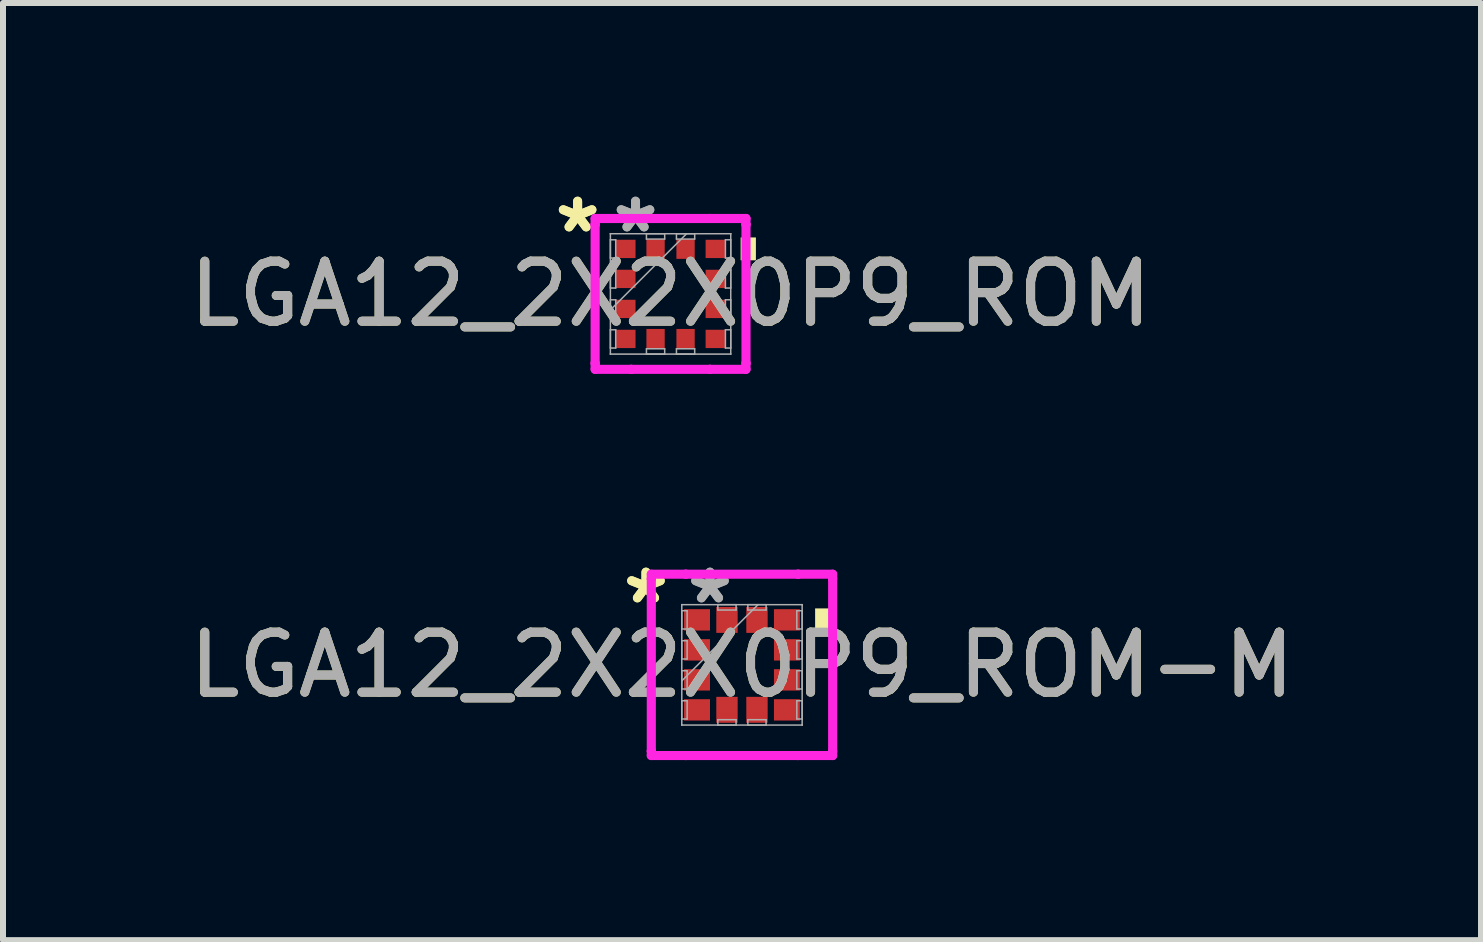
<source format=kicad_pcb>
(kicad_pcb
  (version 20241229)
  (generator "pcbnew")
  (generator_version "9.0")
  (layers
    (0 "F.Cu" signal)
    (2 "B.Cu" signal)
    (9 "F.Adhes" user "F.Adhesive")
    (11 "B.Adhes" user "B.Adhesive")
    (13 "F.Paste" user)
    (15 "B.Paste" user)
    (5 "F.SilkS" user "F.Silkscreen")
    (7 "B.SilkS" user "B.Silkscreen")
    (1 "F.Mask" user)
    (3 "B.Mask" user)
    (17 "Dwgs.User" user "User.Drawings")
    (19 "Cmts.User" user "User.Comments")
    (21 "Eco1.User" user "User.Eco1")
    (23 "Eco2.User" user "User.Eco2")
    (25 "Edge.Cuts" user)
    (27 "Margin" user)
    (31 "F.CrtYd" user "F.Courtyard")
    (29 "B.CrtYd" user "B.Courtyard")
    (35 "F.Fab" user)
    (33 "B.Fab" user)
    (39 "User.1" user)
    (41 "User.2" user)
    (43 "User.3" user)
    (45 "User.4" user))
  (footprint "LGA12_2X2X0P9_ROM"
    (layer "F.Cu")
    (at 8.125 1.848)
    (property "Reference" "LGA12_2X2X0P9_ROM" (at 0 0 0) (unlocked yes) (layer "F.SilkS") (effects (font (size 1 1) (thickness 0.15))))
    (attr smd)
    (fp_poly (pts (xy 1.422 -0.941) (xy 1.422 -0.56) (xy 1.168 -0.56) (xy 1.168 -0.941)) (stroke (width 0) (type solid)) (fill yes) (layer "F.SilkS"))
    (fp_line (start -1.257 -1.257) (end -0.656 -1.257) (stroke (width 0.152) (type solid)) (layer "F.CrtYd"))
    (fp_line (start -1.257 -1.156) (end -1.257 -1.257) (stroke (width 0.152) (type solid)) (layer "F.CrtYd"))
    (fp_line (start -1.257 -1.156) (end -1.257 -1.156) (stroke (width 0.152) (type solid)) (layer "F.CrtYd"))
    (fp_line (start -1.257 1.156) (end -1.257 -1.156) (stroke (width 0.152) (type solid)) (layer "F.CrtYd"))
    (fp_line (start -1.257 1.156) (end -1.257 1.156) (stroke (width 0.152) (type solid)) (layer "F.CrtYd"))
    (fp_line (start -1.257 1.257) (end -1.257 1.156) (stroke (width 0.152) (type solid)) (layer "F.CrtYd"))
    (fp_line (start -0.656 -1.257) (end -0.656 -1.257) (stroke (width 0.152) (type solid)) (layer "F.CrtYd"))
    (fp_line (start -0.656 -1.257) (end 0.656 -1.257) (stroke (width 0.152) (type solid)) (layer "F.CrtYd"))
    (fp_line (start -0.656 1.257) (end -1.257 1.257) (stroke (width 0.152) (type solid)) (layer "F.CrtYd"))
    (fp_line (start -0.656 1.257) (end -0.656 1.257) (stroke (width 0.152) (type solid)) (layer "F.CrtYd"))
    (fp_line (start 0.656 -1.257) (end 0.656 -1.257) (stroke (width 0.152) (type solid)) (layer "F.CrtYd"))
    (fp_line (start 0.656 -1.257) (end 1.257 -1.257) (stroke (width 0.152) (type solid)) (layer "F.CrtYd"))
    (fp_line (start 0.656 1.257) (end -0.656 1.257) (stroke (width 0.152) (type solid)) (layer "F.CrtYd"))
    (fp_line (start 0.656 1.257) (end 0.656 1.257) (stroke (width 0.152) (type solid)) (layer "F.CrtYd"))
    (fp_line (start 1.257 -1.257) (end 1.257 -1.156) (stroke (width 0.152) (type solid)) (layer "F.CrtYd"))
    (fp_line (start 1.257 -1.156) (end 1.257 -1.156) (stroke (width 0.152) (type solid)) (layer "F.CrtYd"))
    (fp_line (start 1.257 -1.156) (end 1.257 1.156) (stroke (width 0.152) (type solid)) (layer "F.CrtYd"))
    (fp_line (start 1.257 1.156) (end 1.257 1.156) (stroke (width 0.152) (type solid)) (layer "F.CrtYd"))
    (fp_line (start 1.257 1.156) (end 1.257 1.257) (stroke (width 0.152) (type solid)) (layer "F.CrtYd"))
    (fp_line (start 1.257 1.257) (end 0.656 1.257) (stroke (width 0.152) (type solid)) (layer "F.CrtYd"))
    (fp_line (start -1.003 -1.003) (end -1.003 -1.003) (stroke (width 0.025) (type solid)) (layer "F.Fab"))
    (fp_line (start -1.003 -1.003) (end -1.003 1.003) (stroke (width 0.025) (type solid)) (layer "F.Fab"))
    (fp_line (start -1.003 -0.902) (end -0.914 -0.902) (stroke (width 0.025) (type solid)) (layer "F.Fab"))
    (fp_line (start -1.003 -0.598) (end -1.003 -0.902) (stroke (width 0.025) (type solid)) (layer "F.Fab"))
    (fp_line (start -1.003 -0.402) (end -0.914 -0.402) (stroke (width 0.025) (type solid)) (layer "F.Fab"))
    (fp_line (start -1.003 -0.098) (end -1.003 -0.402) (stroke (width 0.025) (type solid)) (layer "F.Fab"))
    (fp_line (start -1.003 0.098) (end -0.914 0.098) (stroke (width 0.025) (type solid)) (layer "F.Fab"))
    (fp_line (start -1.003 0.267) (end 0.267 -1.003) (stroke (width 0.025) (type solid)) (layer "F.Fab"))
    (fp_line (start -1.003 0.402) (end -1.003 0.098) (stroke (width 0.025) (type solid)) (layer "F.Fab"))
    (fp_line (start -1.003 0.598) (end -0.914 0.598) (stroke (width 0.025) (type solid)) (layer "F.Fab"))
    (fp_line (start -1.003 0.902) (end -1.003 0.598) (stroke (width 0.025) (type solid)) (layer "F.Fab"))
    (fp_line (start -1.003 1.003) (end -1.003 1.003) (stroke (width 0.025) (type solid)) (layer "F.Fab"))
    (fp_line (start -1.003 1.003) (end 1.003 1.003) (stroke (width 0.025) (type solid)) (layer "F.Fab"))
    (fp_line (start -0.914 -0.902) (end -0.914 -0.598) (stroke (width 0.025) (type solid)) (layer "F.Fab"))
    (fp_line (start -0.914 -0.598) (end -1.003 -0.598) (stroke (width 0.025) (type solid)) (layer "F.Fab"))
    (fp_line (start -0.914 -0.402) (end -0.914 -0.098) (stroke (width 0.025) (type solid)) (layer "F.Fab"))
    (fp_line (start -0.914 -0.098) (end -1.003 -0.098) (stroke (width 0.025) (type solid)) (layer "F.Fab"))
    (fp_line (start -0.914 0.098) (end -0.914 0.402) (stroke (width 0.025) (type solid)) (layer "F.Fab"))
    (fp_line (start -0.914 0.402) (end -1.003 0.402) (stroke (width 0.025) (type solid)) (layer "F.Fab"))
    (fp_line (start -0.914 0.598) (end -0.914 0.902) (stroke (width 0.025) (type solid)) (layer "F.Fab"))
    (fp_line (start -0.914 0.902) (end -1.003 0.902) (stroke (width 0.025) (type solid)) (layer "F.Fab"))
    (fp_line (start -0.402 -1.003) (end -0.098 -1.003) (stroke (width 0.025) (type solid)) (layer "F.Fab"))
    (fp_line (start -0.402 -0.914) (end -0.402 -1.003) (stroke (width 0.025) (type solid)) (layer "F.Fab"))
    (fp_line (start -0.402 0.914) (end -0.098 0.914) (stroke (width 0.025) (type solid)) (layer "F.Fab"))
    (fp_line (start -0.402 1.003) (end -0.402 0.914) (stroke (width 0.025) (type solid)) (layer "F.Fab"))
    (fp_line (start -0.098 -1.003) (end -0.098 -0.914) (stroke (width 0.025) (type solid)) (layer "F.Fab"))
    (fp_line (start -0.098 -0.914) (end -0.402 -0.914) (stroke (width 0.025) (type solid)) (layer "F.Fab"))
    (fp_line (start -0.098 0.914) (end -0.098 1.003) (stroke (width 0.025) (type solid)) (layer "F.Fab"))
    (fp_line (start -0.098 1.003) (end -0.402 1.003) (stroke (width 0.025) (type solid)) (layer "F.Fab"))
    (fp_line (start 0.098 -1.003) (end 0.402 -1.003) (stroke (width 0.025) (type solid)) (layer "F.Fab"))
    (fp_line (start 0.098 -0.914) (end 0.098 -1.003) (stroke (width 0.025) (type solid)) (layer "F.Fab"))
    (fp_line (start 0.098 0.914) (end 0.402 0.914) (stroke (width 0.025) (type solid)) (layer "F.Fab"))
    (fp_line (start 0.098 1.003) (end 0.098 0.914) (stroke (width 0.025) (type solid)) (layer "F.Fab"))
    (fp_line (start 0.402 -1.003) (end 0.402 -0.914) (stroke (width 0.025) (type solid)) (layer "F.Fab"))
    (fp_line (start 0.402 -0.914) (end 0.098 -0.914) (stroke (width 0.025) (type solid)) (layer "F.Fab"))
    (fp_line (start 0.402 0.914) (end 0.402 1.003) (stroke (width 0.025) (type solid)) (layer "F.Fab"))
    (fp_line (start 0.402 1.003) (end 0.098 1.003) (stroke (width 0.025) (type solid)) (layer "F.Fab"))
    (fp_line (start 0.914 -0.902) (end 1.003 -0.902) (stroke (width 0.025) (type solid)) (layer "F.Fab"))
    (fp_line (start 0.914 -0.598) (end 0.914 -0.902) (stroke (width 0.025) (type solid)) (layer "F.Fab"))
    (fp_line (start 0.914 -0.402) (end 1.003 -0.402) (stroke (width 0.025) (type solid)) (layer "F.Fab"))
    (fp_line (start 0.914 -0.098) (end 0.914 -0.402) (stroke (width 0.025) (type solid)) (layer "F.Fab"))
    (fp_line (start 0.914 0.098) (end 1.003 0.098) (stroke (width 0.025) (type solid)) (layer "F.Fab"))
    (fp_line (start 0.914 0.402) (end 0.914 0.098) (stroke (width 0.025) (type solid)) (layer "F.Fab"))
    (fp_line (start 0.914 0.598) (end 1.003 0.598) (stroke (width 0.025) (type solid)) (layer "F.Fab"))
    (fp_line (start 0.914 0.902) (end 0.914 0.598) (stroke (width 0.025) (type solid)) (layer "F.Fab"))
    (fp_line (start 1.003 -1.003) (end -1.003 -1.003) (stroke (width 0.025) (type solid)) (layer "F.Fab"))
    (fp_line (start 1.003 -1.003) (end 1.003 -1.003) (stroke (width 0.025) (type solid)) (layer "F.Fab"))
    (fp_line (start 1.003 -0.902) (end 1.003 -0.598) (stroke (width 0.025) (type solid)) (layer "F.Fab"))
    (fp_line (start 1.003 -0.598) (end 0.914 -0.598) (stroke (width 0.025) (type solid)) (layer "F.Fab"))
    (fp_line (start 1.003 -0.402) (end 1.003 -0.098) (stroke (width 0.025) (type solid)) (layer "F.Fab"))
    (fp_line (start 1.003 -0.098) (end 0.914 -0.098) (stroke (width 0.025) (type solid)) (layer "F.Fab"))
    (fp_line (start 1.003 0.098) (end 1.003 0.402) (stroke (width 0.025) (type solid)) (layer "F.Fab"))
    (fp_line (start 1.003 0.402) (end 0.914 0.402) (stroke (width 0.025) (type solid)) (layer "F.Fab"))
    (fp_line (start 1.003 0.598) (end 1.003 0.902) (stroke (width 0.025) (type solid)) (layer "F.Fab"))
    (fp_line (start 1.003 0.902) (end 0.914 0.902) (stroke (width 0.025) (type solid)) (layer "F.Fab"))
    (fp_line (start 1.003 1.003) (end 1.003 -1.003) (stroke (width 0.025) (type solid)) (layer "F.Fab"))
    (fp_line (start 1.003 1.003) (end 1.003 1.003) (stroke (width 0.025) (type solid)) (layer "F.Fab"))
    (fp_text user "*" (at -1.549 -1 0) (unlocked yes) (layer "F.SilkS") (effects (font (size 1 1) (thickness 0.15))))
    (fp_text user "*" (at -1.549 -1 0) (layer "F.SilkS") (effects (font (size 1 1) (thickness 0.15))))
    (fp_text user "*" (at -0.584 -1 0) (unlocked yes) (layer "F.Fab") (effects (font (size 1 1) (thickness 0.15))))
    (fp_text user "${REFERENCE}" (at 0 0 0) (unlocked yes) (layer "F.Fab") (effects (font (size 1 1) (thickness 0.15))))
    (fp_text user "*" (at -0.584 -1 0) (layer "F.Fab") (effects (font (size 1 1) (thickness 0.15))))
    (pad "1" smd rect (at -0.749 -0.75 90) (size 0.305 0.33) (layers "F.Cu" "F.Mask" "F.Paste"))
    (pad "2" smd rect (at -0.749 -0.25 90) (size 0.305 0.33) (layers "F.Cu" "F.Mask" "F.Paste"))
    (pad "3" smd rect (at -0.749 0.25 90) (size 0.305 0.33) (layers "F.Cu" "F.Mask" "F.Paste"))
    (pad "4" smd rect (at -0.749 0.75 90) (size 0.305 0.33) (layers "F.Cu" "F.Mask" "F.Paste"))
    (pad "5" smd rect (at -0.25 0.749) (size 0.305 0.33) (layers "F.Cu" "F.Mask" "F.Paste"))
    (pad "6" smd rect (at 0.25 0.749) (size 0.305 0.33) (layers "F.Cu" "F.Mask" "F.Paste"))
    (pad "7" smd rect (at 0.749 0.75 90) (size 0.305 0.33) (layers "F.Cu" "F.Mask" "F.Paste"))
    (pad "8" smd rect (at 0.749 0.25 90) (size 0.305 0.33) (layers "F.Cu" "F.Mask" "F.Paste"))
    (pad "9" smd rect (at 0.749 -0.25 90) (size 0.305 0.33) (layers "F.Cu" "F.Mask" "F.Paste"))
    (pad "10" smd rect (at 0.749 -0.75 90) (size 0.305 0.33) (layers "F.Cu" "F.Mask" "F.Paste"))
    (pad "11" smd rect (at 0.25 -0.749) (size 0.305 0.33) (layers "F.Cu" "F.Mask" "F.Paste"))
    (pad "12" smd rect (at -0.25 -0.749) (size 0.305 0.33) (layers "F.Cu" "F.Mask" "F.Paste")))
  (footprint "LGA12_2X2X0P9_ROM-M"
    (layer "F.Cu")
    (at 9.315 8.03)
    (property "Reference" "LGA12_2X2X0P9_ROM-M" (at 0 0 0) (unlocked yes) (layer "F.SilkS") (effects (font (size 1 1) (thickness 0.15))))
    (attr smd)
    (fp_poly (pts (xy 1.473 -0.941) (xy 1.473 -0.56) (xy 1.219 -0.56) (xy 1.219 -0.941)) (stroke (width 0) (type solid)) (fill yes) (layer "F.SilkS"))
    (fp_line (start -1.511 -1.511) (end -0.936 -1.511) (stroke (width 0.152) (type solid)) (layer "F.CrtYd"))
    (fp_line (start -1.511 -1.436) (end -1.511 -1.511) (stroke (width 0.152) (type solid)) (layer "F.CrtYd"))
    (fp_line (start -1.511 -1.436) (end -1.511 -1.436) (stroke (width 0.152) (type solid)) (layer "F.CrtYd"))
    (fp_line (start -1.511 1.436) (end -1.511 -1.436) (stroke (width 0.152) (type solid)) (layer "F.CrtYd"))
    (fp_line (start -1.511 1.436) (end -1.511 1.436) (stroke (width 0.152) (type solid)) (layer "F.CrtYd"))
    (fp_line (start -1.511 1.511) (end -1.511 1.436) (stroke (width 0.152) (type solid)) (layer "F.CrtYd"))
    (fp_line (start -0.936 -1.511) (end -0.936 -1.511) (stroke (width 0.152) (type solid)) (layer "F.CrtYd"))
    (fp_line (start -0.936 -1.511) (end 0.936 -1.511) (stroke (width 0.152) (type solid)) (layer "F.CrtYd"))
    (fp_line (start -0.936 1.511) (end -1.511 1.511) (stroke (width 0.152) (type solid)) (layer "F.CrtYd"))
    (fp_line (start -0.936 1.511) (end -0.936 1.511) (stroke (width 0.152) (type solid)) (layer "F.CrtYd"))
    (fp_line (start 0.936 -1.511) (end 0.936 -1.511) (stroke (width 0.152) (type solid)) (layer "F.CrtYd"))
    (fp_line (start 0.936 -1.511) (end 1.511 -1.511) (stroke (width 0.152) (type solid)) (layer "F.CrtYd"))
    (fp_line (start 0.936 1.511) (end -0.936 1.511) (stroke (width 0.152) (type solid)) (layer "F.CrtYd"))
    (fp_line (start 0.936 1.511) (end 0.936 1.511) (stroke (width 0.152) (type solid)) (layer "F.CrtYd"))
    (fp_line (start 1.511 -1.511) (end 1.511 -1.436) (stroke (width 0.152) (type solid)) (layer "F.CrtYd"))
    (fp_line (start 1.511 -1.436) (end 1.511 -1.436) (stroke (width 0.152) (type solid)) (layer "F.CrtYd"))
    (fp_line (start 1.511 -1.436) (end 1.511 1.436) (stroke (width 0.152) (type solid)) (layer "F.CrtYd"))
    (fp_line (start 1.511 1.436) (end 1.511 1.436) (stroke (width 0.152) (type solid)) (layer "F.CrtYd"))
    (fp_line (start 1.511 1.436) (end 1.511 1.511) (stroke (width 0.152) (type solid)) (layer "F.CrtYd"))
    (fp_line (start 1.511 1.511) (end 0.936 1.511) (stroke (width 0.152) (type solid)) (layer "F.CrtYd"))
    (fp_line (start -1.003 -1.003) (end -1.003 -1.003) (stroke (width 0.025) (type solid)) (layer "F.Fab"))
    (fp_line (start -1.003 -1.003) (end -1.003 1.003) (stroke (width 0.025) (type solid)) (layer "F.Fab"))
    (fp_line (start -1.003 -0.902) (end -0.914 -0.902) (stroke (width 0.025) (type solid)) (layer "F.Fab"))
    (fp_line (start -1.003 -0.598) (end -1.003 -0.902) (stroke (width 0.025) (type solid)) (layer "F.Fab"))
    (fp_line (start -1.003 -0.402) (end -0.914 -0.402) (stroke (width 0.025) (type solid)) (layer "F.Fab"))
    (fp_line (start -1.003 -0.098) (end -1.003 -0.402) (stroke (width 0.025) (type solid)) (layer "F.Fab"))
    (fp_line (start -1.003 0.098) (end -0.914 0.098) (stroke (width 0.025) (type solid)) (layer "F.Fab"))
    (fp_line (start -1.003 0.267) (end 0.267 -1.003) (stroke (width 0.025) (type solid)) (layer "F.Fab"))
    (fp_line (start -1.003 0.402) (end -1.003 0.098) (stroke (width 0.025) (type solid)) (layer "F.Fab"))
    (fp_line (start -1.003 0.598) (end -0.914 0.598) (stroke (width 0.025) (type solid)) (layer "F.Fab"))
    (fp_line (start -1.003 0.902) (end -1.003 0.598) (stroke (width 0.025) (type solid)) (layer "F.Fab"))
    (fp_line (start -1.003 1.003) (end -1.003 1.003) (stroke (width 0.025) (type solid)) (layer "F.Fab"))
    (fp_line (start -1.003 1.003) (end 1.003 1.003) (stroke (width 0.025) (type solid)) (layer "F.Fab"))
    (fp_line (start -0.914 -0.902) (end -0.914 -0.598) (stroke (width 0.025) (type solid)) (layer "F.Fab"))
    (fp_line (start -0.914 -0.598) (end -1.003 -0.598) (stroke (width 0.025) (type solid)) (layer "F.Fab"))
    (fp_line (start -0.914 -0.402) (end -0.914 -0.098) (stroke (width 0.025) (type solid)) (layer "F.Fab"))
    (fp_line (start -0.914 -0.098) (end -1.003 -0.098) (stroke (width 0.025) (type solid)) (layer "F.Fab"))
    (fp_line (start -0.914 0.098) (end -0.914 0.402) (stroke (width 0.025) (type solid)) (layer "F.Fab"))
    (fp_line (start -0.914 0.402) (end -1.003 0.402) (stroke (width 0.025) (type solid)) (layer "F.Fab"))
    (fp_line (start -0.914 0.598) (end -0.914 0.902) (stroke (width 0.025) (type solid)) (layer "F.Fab"))
    (fp_line (start -0.914 0.902) (end -1.003 0.902) (stroke (width 0.025) (type solid)) (layer "F.Fab"))
    (fp_line (start -0.402 -1.003) (end -0.098 -1.003) (stroke (width 0.025) (type solid)) (layer "F.Fab"))
    (fp_line (start -0.402 -0.914) (end -0.402 -1.003) (stroke (width 0.025) (type solid)) (layer "F.Fab"))
    (fp_line (start -0.402 0.914) (end -0.098 0.914) (stroke (width 0.025) (type solid)) (layer "F.Fab"))
    (fp_line (start -0.402 1.003) (end -0.402 0.914) (stroke (width 0.025) (type solid)) (layer "F.Fab"))
    (fp_line (start -0.098 -1.003) (end -0.098 -0.914) (stroke (width 0.025) (type solid)) (layer "F.Fab"))
    (fp_line (start -0.098 -0.914) (end -0.402 -0.914) (stroke (width 0.025) (type solid)) (layer "F.Fab"))
    (fp_line (start -0.098 0.914) (end -0.098 1.003) (stroke (width 0.025) (type solid)) (layer "F.Fab"))
    (fp_line (start -0.098 1.003) (end -0.402 1.003) (stroke (width 0.025) (type solid)) (layer "F.Fab"))
    (fp_line (start 0.098 -1.003) (end 0.402 -1.003) (stroke (width 0.025) (type solid)) (layer "F.Fab"))
    (fp_line (start 0.098 -0.914) (end 0.098 -1.003) (stroke (width 0.025) (type solid)) (layer "F.Fab"))
    (fp_line (start 0.098 0.914) (end 0.402 0.914) (stroke (width 0.025) (type solid)) (layer "F.Fab"))
    (fp_line (start 0.098 1.003) (end 0.098 0.914) (stroke (width 0.025) (type solid)) (layer "F.Fab"))
    (fp_line (start 0.402 -1.003) (end 0.402 -0.914) (stroke (width 0.025) (type solid)) (layer "F.Fab"))
    (fp_line (start 0.402 -0.914) (end 0.098 -0.914) (stroke (width 0.025) (type solid)) (layer "F.Fab"))
    (fp_line (start 0.402 0.914) (end 0.402 1.003) (stroke (width 0.025) (type solid)) (layer "F.Fab"))
    (fp_line (start 0.402 1.003) (end 0.098 1.003) (stroke (width 0.025) (type solid)) (layer "F.Fab"))
    (fp_line (start 0.914 -0.902) (end 1.003 -0.902) (stroke (width 0.025) (type solid)) (layer "F.Fab"))
    (fp_line (start 0.914 -0.598) (end 0.914 -0.902) (stroke (width 0.025) (type solid)) (layer "F.Fab"))
    (fp_line (start 0.914 -0.402) (end 1.003 -0.402) (stroke (width 0.025) (type solid)) (layer "F.Fab"))
    (fp_line (start 0.914 -0.098) (end 0.914 -0.402) (stroke (width 0.025) (type solid)) (layer "F.Fab"))
    (fp_line (start 0.914 0.098) (end 1.003 0.098) (stroke (width 0.025) (type solid)) (layer "F.Fab"))
    (fp_line (start 0.914 0.402) (end 0.914 0.098) (stroke (width 0.025) (type solid)) (layer "F.Fab"))
    (fp_line (start 0.914 0.598) (end 1.003 0.598) (stroke (width 0.025) (type solid)) (layer "F.Fab"))
    (fp_line (start 0.914 0.902) (end 0.914 0.598) (stroke (width 0.025) (type solid)) (layer "F.Fab"))
    (fp_line (start 1.003 -1.003) (end -1.003 -1.003) (stroke (width 0.025) (type solid)) (layer "F.Fab"))
    (fp_line (start 1.003 -1.003) (end 1.003 -1.003) (stroke (width 0.025) (type solid)) (layer "F.Fab"))
    (fp_line (start 1.003 -0.902) (end 1.003 -0.598) (stroke (width 0.025) (type solid)) (layer "F.Fab"))
    (fp_line (start 1.003 -0.598) (end 0.914 -0.598) (stroke (width 0.025) (type solid)) (layer "F.Fab"))
    (fp_line (start 1.003 -0.402) (end 1.003 -0.098) (stroke (width 0.025) (type solid)) (layer "F.Fab"))
    (fp_line (start 1.003 -0.098) (end 0.914 -0.098) (stroke (width 0.025) (type solid)) (layer "F.Fab"))
    (fp_line (start 1.003 0.098) (end 1.003 0.402) (stroke (width 0.025) (type solid)) (layer "F.Fab"))
    (fp_line (start 1.003 0.402) (end 0.914 0.402) (stroke (width 0.025) (type solid)) (layer "F.Fab"))
    (fp_line (start 1.003 0.598) (end 1.003 0.902) (stroke (width 0.025) (type solid)) (layer "F.Fab"))
    (fp_line (start 1.003 0.902) (end 0.914 0.902) (stroke (width 0.025) (type solid)) (layer "F.Fab"))
    (fp_line (start 1.003 1.003) (end 1.003 -1.003) (stroke (width 0.025) (type solid)) (layer "F.Fab"))
    (fp_line (start 1.003 1.003) (end 1.003 1.003) (stroke (width 0.025) (type solid)) (layer "F.Fab"))
    (fp_text user "*" (at -1.6 -1 0) (unlocked yes) (layer "F.SilkS") (effects (font (size 1 1) (thickness 0.15))))
    (fp_text user "*" (at -1.6 -1 0) (layer "F.SilkS") (effects (font (size 1 1) (thickness 0.15))))
    (fp_text user "*" (at -0.533 -1 0) (layer "F.Fab") (effects (font (size 1 1) (thickness 0.15))))
    (fp_text user "${REFERENCE}" (at 0 0 0) (unlocked yes) (layer "F.Fab") (effects (font (size 1 1) (thickness 0.15))))
    (fp_text user "*" (at -0.533 -1 0) (unlocked yes) (layer "F.Fab") (effects (font (size 1 1) (thickness 0.15))))
    (pad "1" smd rect (at -0.749 -0.75 90) (size 0.356 0.432) (layers "F.Cu" "F.Mask" "F.Paste"))
    (pad "2" smd rect (at -0.749 -0.25 90) (size 0.356 0.432) (layers "F.Cu" "F.Mask" "F.Paste"))
    (pad "3" smd rect (at -0.749 0.25 90) (size 0.356 0.432) (layers "F.Cu" "F.Mask" "F.Paste"))
    (pad "4" smd rect (at -0.749 0.75 90) (size 0.356 0.432) (layers "F.Cu" "F.Mask" "F.Paste"))
    (pad "5" smd rect (at -0.25 0.749) (size 0.356 0.432) (layers "F.Cu" "F.Mask" "F.Paste"))
    (pad "6" smd rect (at 0.25 0.749) (size 0.356 0.432) (layers "F.Cu" "F.Mask" "F.Paste"))
    (pad "7" smd rect (at 0.749 0.75 90) (size 0.356 0.432) (layers "F.Cu" "F.Mask" "F.Paste"))
    (pad "8" smd rect (at 0.749 0.25 90) (size 0.356 0.432) (layers "F.Cu" "F.Mask" "F.Paste"))
    (pad "9" smd rect (at 0.749 -0.25 90) (size 0.356 0.432) (layers "F.Cu" "F.Mask" "F.Paste"))
    (pad "10" smd rect (at 0.749 -0.75 90) (size 0.356 0.432) (layers "F.Cu" "F.Mask" "F.Paste"))
    (pad "11" smd rect (at 0.25 -0.749) (size 0.356 0.432) (layers "F.Cu" "F.Mask" "F.Paste"))
    (pad "12" smd rect (at -0.25 -0.749) (size 0.356 0.432) (layers "F.Cu" "F.Mask" "F.Paste")))
  (gr_rect
    (start -3 -3)
    (end 21.631 12.617)
    (stroke (width 0.1) (type default))
    (fill no)
    (layer "Edge.Cuts")))
</source>
